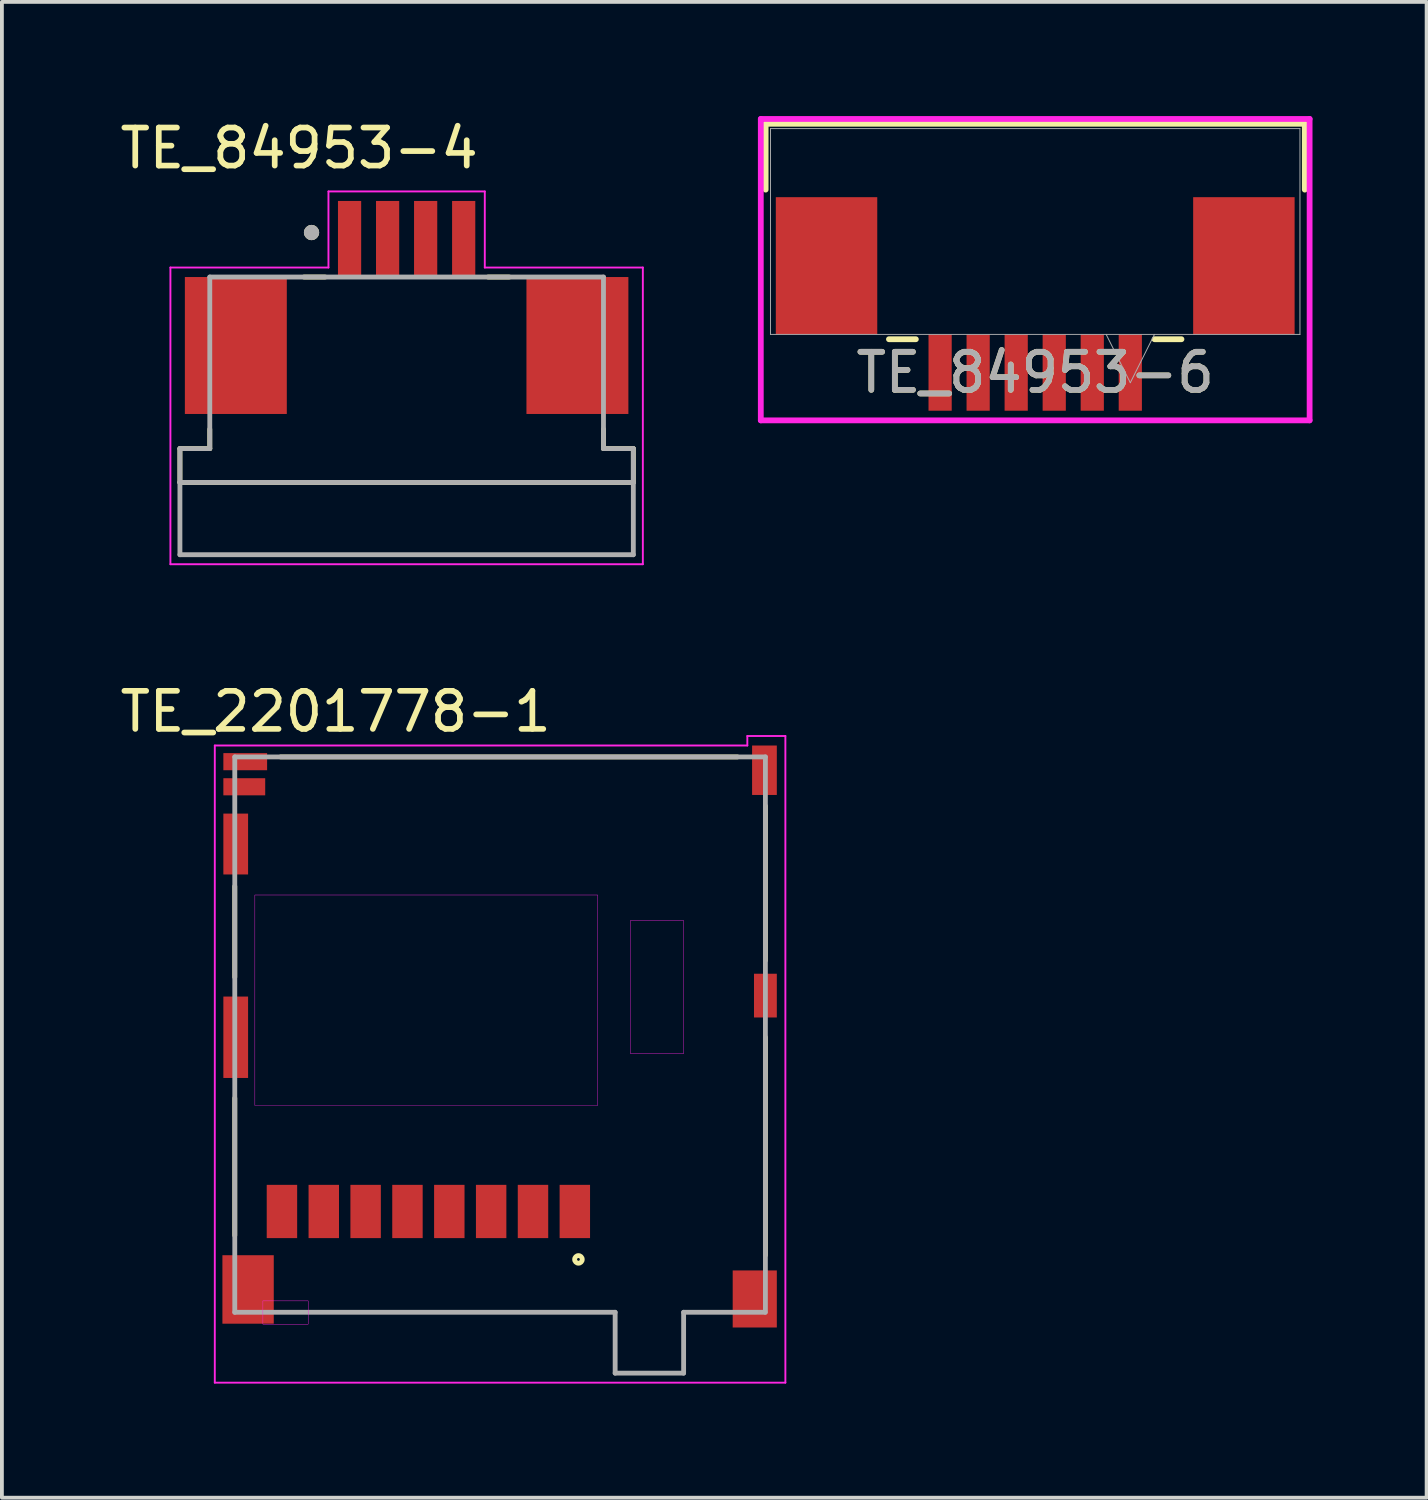
<source format=kicad_pcb>
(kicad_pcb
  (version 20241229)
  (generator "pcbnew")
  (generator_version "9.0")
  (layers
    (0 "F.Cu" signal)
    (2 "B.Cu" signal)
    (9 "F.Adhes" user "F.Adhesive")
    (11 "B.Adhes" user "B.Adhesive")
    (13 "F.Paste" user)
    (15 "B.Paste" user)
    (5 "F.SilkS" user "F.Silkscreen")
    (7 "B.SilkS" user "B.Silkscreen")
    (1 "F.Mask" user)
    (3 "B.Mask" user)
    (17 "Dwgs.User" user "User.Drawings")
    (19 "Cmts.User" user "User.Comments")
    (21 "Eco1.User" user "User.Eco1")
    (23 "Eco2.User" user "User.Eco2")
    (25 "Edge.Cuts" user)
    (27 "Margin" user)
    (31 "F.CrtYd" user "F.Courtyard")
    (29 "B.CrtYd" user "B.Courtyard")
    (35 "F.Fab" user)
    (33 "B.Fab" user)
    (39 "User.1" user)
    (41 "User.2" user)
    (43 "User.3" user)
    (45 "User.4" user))
  (footprint "TE_84953-6"
    (layer "F.Cu")
    (at 24.165 4.039)
    (property "Reference" "TE_84953-6" (at 0 2.705 0) (unlocked yes) (layer "F.SilkS") (effects (font (size 1 1) (thickness 0.15))))
    (attr smd)
    (fp_line (start -7.087 -3.835) (end -7.087 -2.104) (stroke (width 0.152) (type solid)) (layer "F.SilkS"))
    (fp_line (start -3.845 1.829) (end -3.138 1.829) (stroke (width 0.152) (type solid)) (layer "F.SilkS"))
    (fp_line (start 3.138 1.829) (end 3.845 1.829) (stroke (width 0.152) (type solid)) (layer "F.SilkS"))
    (fp_line (start 7.087 -3.835) (end -7.087 -3.835) (stroke (width 0.152) (type solid)) (layer "F.SilkS"))
    (fp_line (start 7.087 -2.104) (end 7.087 -3.835) (stroke (width 0.152) (type solid)) (layer "F.SilkS"))
    (fp_line (start -7.214 -3.962) (end -7.214 3.962) (stroke (width 0.152) (type solid)) (layer "F.CrtYd"))
    (fp_line (start -7.214 3.962) (end 7.214 3.962) (stroke (width 0.152) (type solid)) (layer "F.CrtYd"))
    (fp_line (start 7.214 -3.962) (end -7.214 -3.962) (stroke (width 0.152) (type solid)) (layer "F.CrtYd"))
    (fp_line (start 7.214 3.962) (end 7.214 -3.962) (stroke (width 0.152) (type solid)) (layer "F.CrtYd"))
    (fp_line (start -6.96 -3.708) (end -6.96 1.702) (stroke (width 0.025) (type solid)) (layer "F.Fab"))
    (fp_line (start -6.96 1.702) (end 6.96 1.702) (stroke (width 0.025) (type solid)) (layer "F.Fab"))
    (fp_line (start 1.865 1.702) (end 2.5 2.972) (stroke (width 0.025) (type solid)) (layer "F.Fab"))
    (fp_line (start 3.135 1.702) (end 2.5 2.972) (stroke (width 0.025) (type solid)) (layer "F.Fab"))
    (fp_line (start 6.96 -3.708) (end -6.96 -3.708) (stroke (width 0.025) (type solid)) (layer "F.Fab"))
    (fp_line (start 6.96 1.702) (end 6.96 -3.708) (stroke (width 0.025) (type solid)) (layer "F.Fab"))
    (fp_text user "${REFERENCE}" (at 0 2.705 0) (unlocked yes) (layer "F.Fab") (effects (font (size 1 1) (thickness 0.15))))
    (pad "1" smd rect (at 2.5 2.705) (size 0.61 2.007) (layers "F.Cu" "F.Mask" "F.Paste"))
    (pad "2" smd rect (at 1.5 2.705) (size 0.61 2.007) (layers "F.Cu" "F.Mask" "F.Paste"))
    (pad "3" smd rect (at 0.5 2.705) (size 0.61 2.007) (layers "F.Cu" "F.Mask" "F.Paste"))
    (pad "4" smd rect (at -0.5 2.705) (size 0.61 2.007) (layers "F.Cu" "F.Mask" "F.Paste"))
    (pad "5" smd rect (at -1.5 2.705) (size 0.61 2.007) (layers "F.Cu" "F.Mask" "F.Paste"))
    (pad "6" smd rect (at -2.5 2.705) (size 0.61 2.007) (layers "F.Cu" "F.Mask" "F.Paste"))
    (pad "7" smd rect (at -5.486 -0.102) (size 2.667 3.607) (layers "F.Cu" "F.Mask" "F.Paste"))
    (pad "8" smd rect (at 5.486 -0.102) (size 2.667 3.607) (layers "F.Cu" "F.Mask" "F.Paste")))
  (footprint "TE_2201778-1"
    (layer "F.Cu")
    (at 10.097 24.049)
    (property "Reference" "TE_2201778-1" (at -4.323 -8.392 0) (layer "F.SilkS") (effects (font (size 1.001 1.001) (thickness 0.15))))
    (attr through_hole)
    (fp_line (start -6.975 -3.8) (end -6.975 -1.41) (stroke (width 0.127) (type solid)) (layer "F.SilkS"))
    (fp_line (start -6.975 1.77) (end -6.975 5.38) (stroke (width 0.127) (type solid)) (layer "F.SilkS"))
    (fp_line (start -5.77 -7.2) (end 6.24 -7.2) (stroke (width 0.127) (type solid)) (layer "F.SilkS"))
    (fp_line (start 6.975 -5.91) (end 6.975 -1.85) (stroke (width 0.127) (type solid)) (layer "F.SilkS"))
    (fp_line (start 6.975 0.17) (end 6.975 5.9) (stroke (width 0.127) (type solid)) (layer "F.SilkS"))
    (fp_circle (center 2.06 6.01) (end 2.16 6.01) (stroke (width 0.127) (type solid)) (fill no) (layer "F.SilkS"))
    (fp_line (start -7.5 -7.5) (end 6.5 -7.5) (stroke (width 0.05) (type solid)) (layer "F.CrtYd"))
    (fp_line (start -7.5 9.25) (end -7.5 -7.5) (stroke (width 0.05) (type solid)) (layer "F.CrtYd"))
    (fp_line (start 6.5 -7.75) (end 7.5 -7.75) (stroke (width 0.05) (type solid)) (layer "F.CrtYd"))
    (fp_line (start 6.5 -7.5) (end 6.5 -7.75) (stroke (width 0.05) (type solid)) (layer "F.CrtYd"))
    (fp_line (start 7.5 -7.75) (end 7.5 9.25) (stroke (width 0.05) (type solid)) (layer "F.CrtYd"))
    (fp_line (start 7.5 9.25) (end -7.5 9.25) (stroke (width 0.05) (type solid)) (layer "F.CrtYd"))
    (fp_poly (pts (xy -6.447 -3.57) (xy 2.565 -3.57) (xy 2.565 1.964) (xy -6.447 1.964)) (stroke (width 0.01) (type solid)) (fill no) (layer "F.CrtYd"))
    (fp_poly (pts (xy -6.236 7.1) (xy -5.045 7.1) (xy -5.045 7.713) (xy -6.236 7.713)) (stroke (width 0.01) (type solid)) (fill no) (layer "F.CrtYd"))
    (fp_poly (pts (xy 3.426 -2.9) (xy 4.825 -2.9) (xy 4.825 0.6) (xy 3.426 0.6)) (stroke (width 0.01) (type solid)) (fill no) (layer "F.CrtYd"))
    (fp_line (start -6.975 -7.2) (end -6.975 7.4) (stroke (width 0.127) (type solid)) (layer "F.Fab"))
    (fp_line (start -6.975 7.4) (end 3.025 7.4) (stroke (width 0.127) (type solid)) (layer "F.Fab"))
    (fp_line (start 3.025 7.4) (end 3.025 9) (stroke (width 0.127) (type solid)) (layer "F.Fab"))
    (fp_line (start 4.825 7.4) (end 4.825 9) (stroke (width 0.127) (type solid)) (layer "F.Fab"))
    (fp_line (start 4.825 9) (end 3.025 9) (stroke (width 0.127) (type solid)) (layer "F.Fab"))
    (fp_line (start 6.965 7.4) (end 4.825 7.4) (stroke (width 0.127) (type solid)) (layer "F.Fab"))
    (fp_line (start 6.975 -7.2) (end -6.975 -7.2) (stroke (width 0.127) (type solid)) (layer "F.Fab"))
    (fp_line (start 6.975 7.4) (end 6.975 -7.2) (stroke (width 0.127) (type solid)) (layer "F.Fab"))
    (pad "1" smd rect (at 1.965 4.75 90) (size 1.4 0.8) (layers "F.Cu" "F.Mask" "F.Paste"))
    (pad "2" smd rect (at 0.865 4.75 90) (size 1.4 0.8) (layers "F.Cu" "F.Mask" "F.Paste"))
    (pad "3" smd rect (at -0.235 4.75 90) (size 1.4 0.8) (layers "F.Cu" "F.Mask" "F.Paste"))
    (pad "4" smd rect (at -1.335 4.75 90) (size 1.4 0.8) (layers "F.Cu" "F.Mask" "F.Paste"))
    (pad "5" smd rect (at -2.435 4.75 90) (size 1.4 0.8) (layers "F.Cu" "F.Mask" "F.Paste"))
    (pad "6" smd rect (at -3.535 4.75 90) (size 1.4 0.8) (layers "F.Cu" "F.Mask" "F.Paste"))
    (pad "7" smd rect (at -4.635 4.75 90) (size 1.4 0.8) (layers "F.Cu" "F.Mask" "F.Paste"))
    (pad "8" smd rect (at -5.735 4.75 90) (size 1.4 0.8) (layers "F.Cu" "F.Mask" "F.Paste"))
    (pad "9" smd rect (at -6.7 -7.075) (size 1.15 0.45) (layers "F.Cu" "F.Mask" "F.Paste"))
    (pad "10" smd rect (at -6.725 -6.415) (size 1.1 0.45) (layers "F.Cu" "F.Mask" "F.Paste"))
    (pad "11" smd rect (at -6.625 6.8) (size 1.35 1.8) (layers "F.Cu" "F.Mask" "F.Paste"))
    (pad "12" smd rect (at -6.95 0.17) (size 0.65 2.14) (layers "F.Cu" "F.Mask" "F.Paste"))
    (pad "13" smd rect (at -6.95 -4.91) (size 0.65 1.6) (layers "F.Cu" "F.Mask" "F.Paste"))
    (pad "14" smd rect (at 6.95 -6.85) (size 0.65 1.3) (layers "F.Cu" "F.Mask" "F.Paste"))
    (pad "15" smd rect (at 6.975 -0.925) (size 0.6 1.15) (layers "F.Cu" "F.Mask" "F.Paste"))
    (pad "16" smd rect (at 6.695 7.05) (size 1.16 1.5) (layers "F.Cu" "F.Mask" "F.Paste")))
  (footprint "TE_84953-4"
    (layer "F.Cu")
    (at 7.64 3.233)
    (property "Reference" "TE_84953-4" (at -2.825 -2.385 0) (layer "F.SilkS") (effects (font (size 1 1) (thickness 0.15))))
    (attr through_hole)
    (fp_line (start -5.96 6.4) (end -5.96 5.51) (stroke (width 0.127) (type solid)) (layer "F.SilkS"))
    (fp_line (start -5.175 5) (end -5.175 5.51) (stroke (width 0.127) (type solid)) (layer "F.SilkS"))
    (fp_line (start -5.175 5.51) (end -5.96 5.51) (stroke (width 0.127) (type solid)) (layer "F.SilkS"))
    (fp_line (start -2.7 1) (end -2.14 1) (stroke (width 0.127) (type solid)) (layer "F.SilkS"))
    (fp_line (start 2.14 1) (end 2.7 1) (stroke (width 0.127) (type solid)) (layer "F.SilkS"))
    (fp_line (start 5.175 5) (end 5.175 5.51) (stroke (width 0.127) (type solid)) (layer "F.SilkS"))
    (fp_line (start 5.96 5.51) (end 5.175 5.51) (stroke (width 0.127) (type solid)) (layer "F.SilkS"))
    (fp_line (start 5.96 5.51) (end 5.96 6.4) (stroke (width 0.127) (type solid)) (layer "F.SilkS"))
    (fp_line (start 5.96 6.4) (end -5.96 6.4) (stroke (width 0.127) (type solid)) (layer "F.SilkS"))
    (fp_circle (center -2.5 -0.17) (end -2.4 -0.17) (stroke (width 0.2) (type solid)) (fill no) (layer "F.SilkS"))
    (fp_line (start -6.21 0.75) (end -2.055 0.75) (stroke (width 0.05) (type solid)) (layer "F.CrtYd"))
    (fp_line (start -6.21 8.55) (end -6.21 0.75) (stroke (width 0.05) (type solid)) (layer "F.CrtYd"))
    (fp_line (start -2.055 -1.25) (end 2.055 -1.25) (stroke (width 0.05) (type solid)) (layer "F.CrtYd"))
    (fp_line (start -2.055 0.75) (end -2.055 -1.25) (stroke (width 0.05) (type solid)) (layer "F.CrtYd"))
    (fp_line (start 2.055 -1.25) (end 2.055 0.75) (stroke (width 0.05) (type solid)) (layer "F.CrtYd"))
    (fp_line (start 2.055 0.75) (end 6.21 0.75) (stroke (width 0.05) (type solid)) (layer "F.CrtYd"))
    (fp_line (start 6.21 0.75) (end 6.21 8.55) (stroke (width 0.05) (type solid)) (layer "F.CrtYd"))
    (fp_line (start 6.21 8.55) (end -6.21 8.55) (stroke (width 0.05) (type solid)) (layer "F.CrtYd"))
    (fp_line (start -5.96 5.51) (end -5.96 6.4) (stroke (width 0.127) (type solid)) (layer "F.Fab"))
    (fp_line (start -5.96 8.3) (end -5.96 6.4) (stroke (width 0.127) (type solid)) (layer "F.Fab"))
    (fp_line (start -5.175 1) (end -5.175 5.51) (stroke (width 0.127) (type solid)) (layer "F.Fab"))
    (fp_line (start -5.175 1) (end 5.175 1) (stroke (width 0.127) (type solid)) (layer "F.Fab"))
    (fp_line (start -5.175 5.51) (end -5.96 5.51) (stroke (width 0.127) (type solid)) (layer "F.Fab"))
    (fp_line (start 5.175 1) (end 5.175 5.51) (stroke (width 0.127) (type solid)) (layer "F.Fab"))
    (fp_line (start 5.96 5.51) (end 5.175 5.51) (stroke (width 0.127) (type solid)) (layer "F.Fab"))
    (fp_line (start 5.96 5.51) (end 5.96 6.4) (stroke (width 0.127) (type solid)) (layer "F.Fab"))
    (fp_line (start 5.96 6.4) (end -5.96 6.4) (stroke (width 0.127) (type solid)) (layer "F.Fab"))
    (fp_line (start 5.96 6.4) (end 5.96 8.3) (stroke (width 0.127) (type solid)) (layer "F.Fab"))
    (fp_line (start 5.96 8.3) (end -5.96 8.3) (stroke (width 0.127) (type solid)) (layer "F.Fab"))
    (fp_circle (center -2.5 -0.17) (end -2.4 -0.17) (stroke (width 0.2) (type solid)) (fill no) (layer "F.Fab"))
    (pad "1" smd rect (at -1.5 0) (size 0.61 2) (layers "F.Cu" "F.Mask" "F.Paste"))
    (pad "2" smd rect (at -0.5 0) (size 0.61 2) (layers "F.Cu" "F.Mask" "F.Paste"))
    (pad "3" smd rect (at 0.5 0) (size 0.61 2) (layers "F.Cu" "F.Mask" "F.Paste"))
    (pad "4" smd rect (at 1.5 0) (size 0.61 2) (layers "F.Cu" "F.Mask" "F.Paste"))
    (pad "S1" smd rect (at -4.49 2.8) (size 2.68 3.6) (layers "F.Cu" "F.Mask" "F.Paste"))
    (pad "S2" smd rect (at 4.49 2.8) (size 2.68 3.6) (layers "F.Cu" "F.Mask" "F.Paste")))
  (gr_rect
    (start -3 -3)
    (end 34.455 36.324)
    (stroke (width 0.1) (type default))
    (fill no)
    (layer "Edge.Cuts")))
</source>
